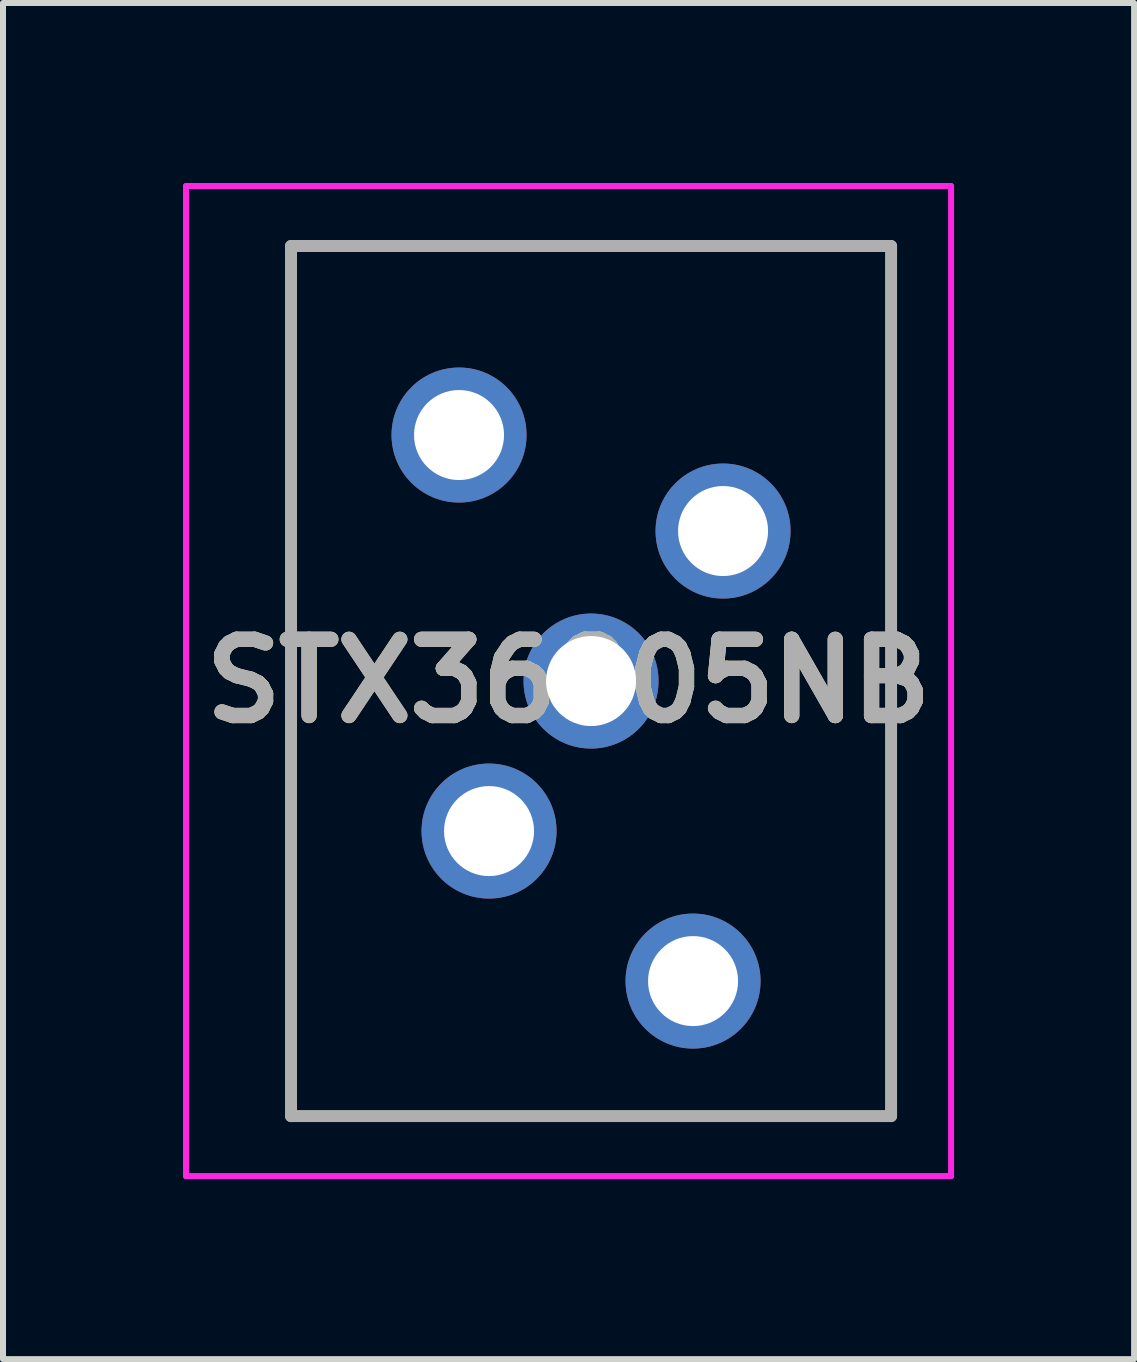
<source format=kicad_pcb>
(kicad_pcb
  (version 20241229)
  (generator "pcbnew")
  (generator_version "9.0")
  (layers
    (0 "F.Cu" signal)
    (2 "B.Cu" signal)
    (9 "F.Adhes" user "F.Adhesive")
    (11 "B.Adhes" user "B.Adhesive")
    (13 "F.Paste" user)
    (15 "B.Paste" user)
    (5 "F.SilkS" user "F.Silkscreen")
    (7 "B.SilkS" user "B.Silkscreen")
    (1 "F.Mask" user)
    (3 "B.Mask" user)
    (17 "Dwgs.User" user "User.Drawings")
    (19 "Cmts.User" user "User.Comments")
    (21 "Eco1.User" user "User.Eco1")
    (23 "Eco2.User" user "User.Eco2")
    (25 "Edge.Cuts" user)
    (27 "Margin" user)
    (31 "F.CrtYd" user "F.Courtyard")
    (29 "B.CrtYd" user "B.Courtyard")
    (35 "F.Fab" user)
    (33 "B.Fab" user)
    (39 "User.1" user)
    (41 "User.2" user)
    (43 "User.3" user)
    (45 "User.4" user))
  (footprint "STX36805NB"
    (layer "F.Cu")
    (at 4.6 4.2)
    (property "Reference" "STX36805NB" (at 1.825 4.1 0) (layer "F.SilkS") (effects (font (size 1.27 1.27) (thickness 0.254))))
    (attr through_hole)
    (fp_line (start -2.8 -3.15) (end -2.8 11.35) (stroke (width 0.1) (type solid)) (layer "F.SilkS"))
    (fp_line (start -2.8 11.35) (end 7.2 11.35) (stroke (width 0.1) (type solid)) (layer "F.SilkS"))
    (fp_line (start 7.2 -3.15) (end -2.8 -3.15) (stroke (width 0.1) (type solid)) (layer "F.SilkS"))
    (fp_line (start 7.2 11.35) (end 7.2 -3.15) (stroke (width 0.1) (type solid)) (layer "F.SilkS"))
    (fp_line (start -4.55 -4.15) (end -4.55 12.35) (stroke (width 0.1) (type solid)) (layer "F.CrtYd"))
    (fp_line (start -4.55 12.35) (end 8.2 12.35) (stroke (width 0.1) (type solid)) (layer "F.CrtYd"))
    (fp_line (start 8.2 -4.15) (end -4.55 -4.15) (stroke (width 0.1) (type solid)) (layer "F.CrtYd"))
    (fp_line (start 8.2 12.35) (end 8.2 -4.15) (stroke (width 0.1) (type solid)) (layer "F.CrtYd"))
    (fp_line (start -2.8 -3.15) (end 7.2 -3.15) (stroke (width 0.2) (type solid)) (layer "F.Fab"))
    (fp_line (start -2.8 11.35) (end -2.8 -3.15) (stroke (width 0.2) (type solid)) (layer "F.Fab"))
    (fp_line (start 7.2 -3.15) (end 7.2 11.35) (stroke (width 0.2) (type solid)) (layer "F.Fab"))
    (fp_line (start 7.2 11.35) (end -2.8 11.35) (stroke (width 0.2) (type solid)) (layer "F.Fab"))
    (fp_text user "${REFERENCE}" (at 1.825 4.1 0) (layer "F.Fab") (effects (font (size 1.27 1.27) (thickness 0.254))))
    (pad "R" thru_hole circle (at 0 0) (size 2.25 2.25) (drill 1.5) (layers "*.Cu" "*.Mask"))
    (pad "RN" thru_hole circle (at 4.4 1.6 90) (size 2.25 2.25) (drill 1.5) (layers "*.Cu" "*.Mask"))
    (pad "S" thru_hole circle (at 2.2 4.1) (size 2.25 2.25) (drill 1.5) (layers "*.Cu" "*.Mask"))
    (pad "T" thru_hole circle (at 3.9 9.1) (size 2.25 2.25) (drill 1.5) (layers "*.Cu" "*.Mask"))
    (pad "TN" thru_hole circle (at 0.5 6.6) (size 2.25 2.25) (drill 1.5) (layers "*.Cu" "*.Mask")))
  (gr_rect
    (start -3 -3)
    (end 15.85 19.6)
    (stroke (width 0.1) (type default))
    (fill no)
    (layer "Edge.Cuts")))
</source>
